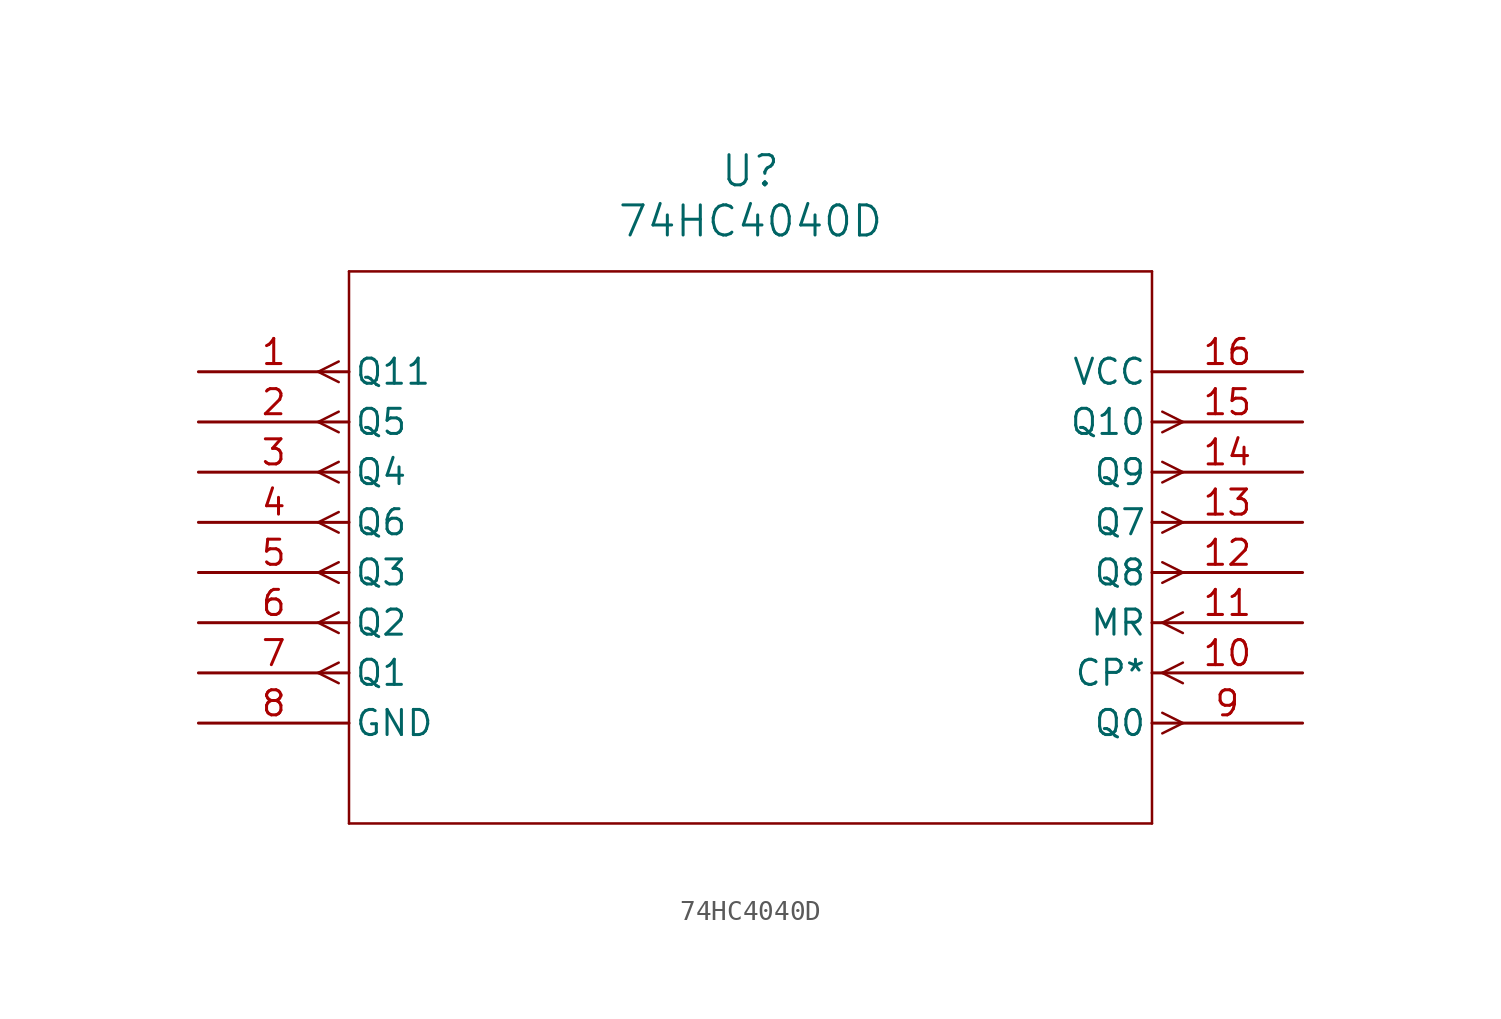
<source format=kicad_sym>
(kicad_symbol_lib
  (version 20211014)
  (generator kicad_symbol_editor)
  (symbol "74HC4040D"
    (pin_names
      (offset 0.254))
    (property "Reference" "U"
      (at 27.94 10.16 0)
      (effects (font (size 1.524 1.524))))
    (property "Value" "74HC4040D"
      (at 27.94 7.62 0)
      (effects (font (size 1.524 1.524))))
    (symbol "74HC4040D_0_1"
      (polyline (pts (xy 7.099 0.521) (xy 6.058 0)) (stroke (width 0.127) (type default) (color 0 0 0 0)) (fill (type none)))
      (polyline (pts (xy 7.099 -0.521) (xy 6.058 0)) (stroke (width 0.127) (type default) (color 0 0 0 0)) (fill (type none)))
      (polyline (pts (xy 7.099 -2.019) (xy 6.058 -2.54)) (stroke (width 0.127) (type default) (color 0 0 0 0)) (fill (type none)))
      (polyline (pts (xy 7.099 -3.061) (xy 6.058 -2.54)) (stroke (width 0.127) (type default) (color 0 0 0 0)) (fill (type none)))
      (polyline (pts (xy 7.099 -4.559) (xy 6.058 -5.08)) (stroke (width 0.127) (type default) (color 0 0 0 0)) (fill (type none)))
      (polyline (pts (xy 7.099 -5.601) (xy 6.058 -5.08)) (stroke (width 0.127) (type default) (color 0 0 0 0)) (fill (type none)))
      (polyline (pts (xy 7.099 -7.099) (xy 6.058 -7.62)) (stroke (width 0.127) (type default) (color 0 0 0 0)) (fill (type none)))
      (polyline (pts (xy 7.099 -8.141) (xy 6.058 -7.62)) (stroke (width 0.127) (type default) (color 0 0 0 0)) (fill (type none)))
      (polyline (pts (xy 7.099 -9.639) (xy 6.058 -10.16)) (stroke (width 0.127) (type default) (color 0 0 0 0)) (fill (type none)))
      (polyline (pts (xy 7.099 -10.681) (xy 6.058 -10.16)) (stroke (width 0.127) (type default) (color 0 0 0 0)) (fill (type none)))
      (polyline (pts (xy 7.099 -12.179) (xy 6.058 -12.7)) (stroke (width 0.127) (type default) (color 0 0 0 0)) (fill (type none)))
      (polyline (pts (xy 7.099 -13.221) (xy 6.058 -12.7)) (stroke (width 0.127) (type default) (color 0 0 0 0)) (fill (type none)))
      (polyline (pts (xy 7.099 -14.719) (xy 6.058 -15.24)) (stroke (width 0.127) (type default) (color 0 0 0 0)) (fill (type none)))
      (polyline (pts (xy 7.099 -15.761) (xy 6.058 -15.24)) (stroke (width 0.127) (type default) (color 0 0 0 0)) (fill (type none)))
      (polyline (pts (xy 48.781 -17.259) (xy 49.822 -17.78)) (stroke (width 0.127) (type default) (color 0 0 0 0)) (fill (type none)))
      (polyline (pts (xy 48.781 -18.301) (xy 49.822 -17.78)) (stroke (width 0.127) (type default) (color 0 0 0 0)) (fill (type none)))
      (polyline (pts (xy 48.781 -15.24) (xy 49.822 -14.719)) (stroke (width 0.127) (type default) (color 0 0 0 0)) (fill (type none)))
      (polyline (pts (xy 48.781 -15.24) (xy 49.822 -15.761)) (stroke (width 0.127) (type default) (color 0 0 0 0)) (fill (type none)))
      (polyline (pts (xy 48.781 -12.7) (xy 49.822 -12.179)) (stroke (width 0.127) (type default) (color 0 0 0 0)) (fill (type none)))
      (polyline (pts (xy 48.781 -12.7) (xy 49.822 -13.221)) (stroke (width 0.127) (type default) (color 0 0 0 0)) (fill (type none)))
      (polyline (pts (xy 48.781 -9.639) (xy 49.822 -10.16)) (stroke (width 0.127) (type default) (color 0 0 0 0)) (fill (type none)))
      (polyline (pts (xy 48.781 -10.681) (xy 49.822 -10.16)) (stroke (width 0.127) (type default) (color 0 0 0 0)) (fill (type none)))
      (polyline (pts (xy 48.781 -7.099) (xy 49.822 -7.62)) (stroke (width 0.127) (type default) (color 0 0 0 0)) (fill (type none)))
      (polyline (pts (xy 48.781 -8.141) (xy 49.822 -7.62)) (stroke (width 0.127) (type default) (color 0 0 0 0)) (fill (type none)))
      (polyline (pts (xy 48.781 -4.559) (xy 49.822 -5.08)) (stroke (width 0.127) (type default) (color 0 0 0 0)) (fill (type none)))
      (polyline (pts (xy 48.781 -5.601) (xy 49.822 -5.08)) (stroke (width 0.127) (type default) (color 0 0 0 0)) (fill (type none)))
      (polyline (pts (xy 48.781 -2.019) (xy 49.822 -2.54)) (stroke (width 0.127) (type default) (color 0 0 0 0)) (fill (type none)))
      (polyline (pts (xy 48.781 -3.061) (xy 49.822 -2.54)) (stroke (width 0.127) (type default) (color 0 0 0 0)) (fill (type none)))
      (polyline (pts (xy 7.62 5.08) (xy 7.62 -22.86)) (stroke (width 0.127) (type default) (color 0 0 0 0)) (fill (type none)))
      (polyline (pts (xy 7.62 -22.86) (xy 48.26 -22.86)) (stroke (width 0.127) (type default) (color 0 0 0 0)) (fill (type none)))
      (polyline (pts (xy 48.26 -22.86) (xy 48.26 5.08)) (stroke (width 0.127) (type default) (color 0 0 0 0)) (fill (type none)))
      (polyline (pts (xy 48.26 5.08) (xy 7.62 5.08)) (stroke (width 0.127) (type default) (color 0 0 0 0)) (fill (type none)))
      (pin output line (at 0 0 0) (length 7.62) (name "Q11" (effects (font (size 1.27 1.27)))) (number "1" (effects (font (size 1.27 1.27)))))
      (pin output line (at 0 -2.54 0) (length 7.62) (name "Q5" (effects (font (size 1.27 1.27)))) (number "2" (effects (font (size 1.27 1.27)))))
      (pin output line (at 0 -5.08 0) (length 7.62) (name "Q4" (effects (font (size 1.27 1.27)))) (number "3" (effects (font (size 1.27 1.27)))))
      (pin output line (at 0 -7.62 0) (length 7.62) (name "Q6" (effects (font (size 1.27 1.27)))) (number "4" (effects (font (size 1.27 1.27)))))
      (pin output line (at 0 -10.16 0) (length 7.62) (name "Q3" (effects (font (size 1.27 1.27)))) (number "5" (effects (font (size 1.27 1.27)))))
      (pin output line (at 0 -12.7 0) (length 7.62) (name "Q2" (effects (font (size 1.27 1.27)))) (number "6" (effects (font (size 1.27 1.27)))))
      (pin output line (at 0 -15.24 0) (length 7.62) (name "Q1" (effects (font (size 1.27 1.27)))) (number "7" (effects (font (size 1.27 1.27)))))
      (pin power_in line (at 0 -17.78 0) (length 7.62) (name "GND" (effects (font (size 1.27 1.27)))) (number "8" (effects (font (size 1.27 1.27)))))
      (pin output line (at 55.88 -17.78 180) (length 7.62) (name "Q0" (effects (font (size 1.27 1.27)))) (number "9" (effects (font (size 1.27 1.27)))))
      (pin input line (at 55.88 -15.24 180) (length 7.62) (name "CP*" (effects (font (size 1.27 1.27)))) (number "10" (effects (font (size 1.27 1.27)))))
      (pin input line (at 55.88 -12.7 180) (length 7.62) (name "MR" (effects (font (size 1.27 1.27)))) (number "11" (effects (font (size 1.27 1.27)))))
      (pin output line (at 55.88 -10.16 180) (length 7.62) (name "Q8" (effects (font (size 1.27 1.27)))) (number "12" (effects (font (size 1.27 1.27)))))
      (pin output line (at 55.88 -7.62 180) (length 7.62) (name "Q7" (effects (font (size 1.27 1.27)))) (number "13" (effects (font (size 1.27 1.27)))))
      (pin output line (at 55.88 -5.08 180) (length 7.62) (name "Q9" (effects (font (size 1.27 1.27)))) (number "14" (effects (font (size 1.27 1.27)))))
      (pin output line (at 55.88 -2.54 180) (length 7.62) (name "Q10" (effects (font (size 1.27 1.27)))) (number "15" (effects (font (size 1.27 1.27)))))
      (pin power_in line (at 55.88 0 180) (length 7.62) (name "VCC" (effects (font (size 1.27 1.27)))) (number "16" (effects (font (size 1.27 1.27))))))))
</source>
